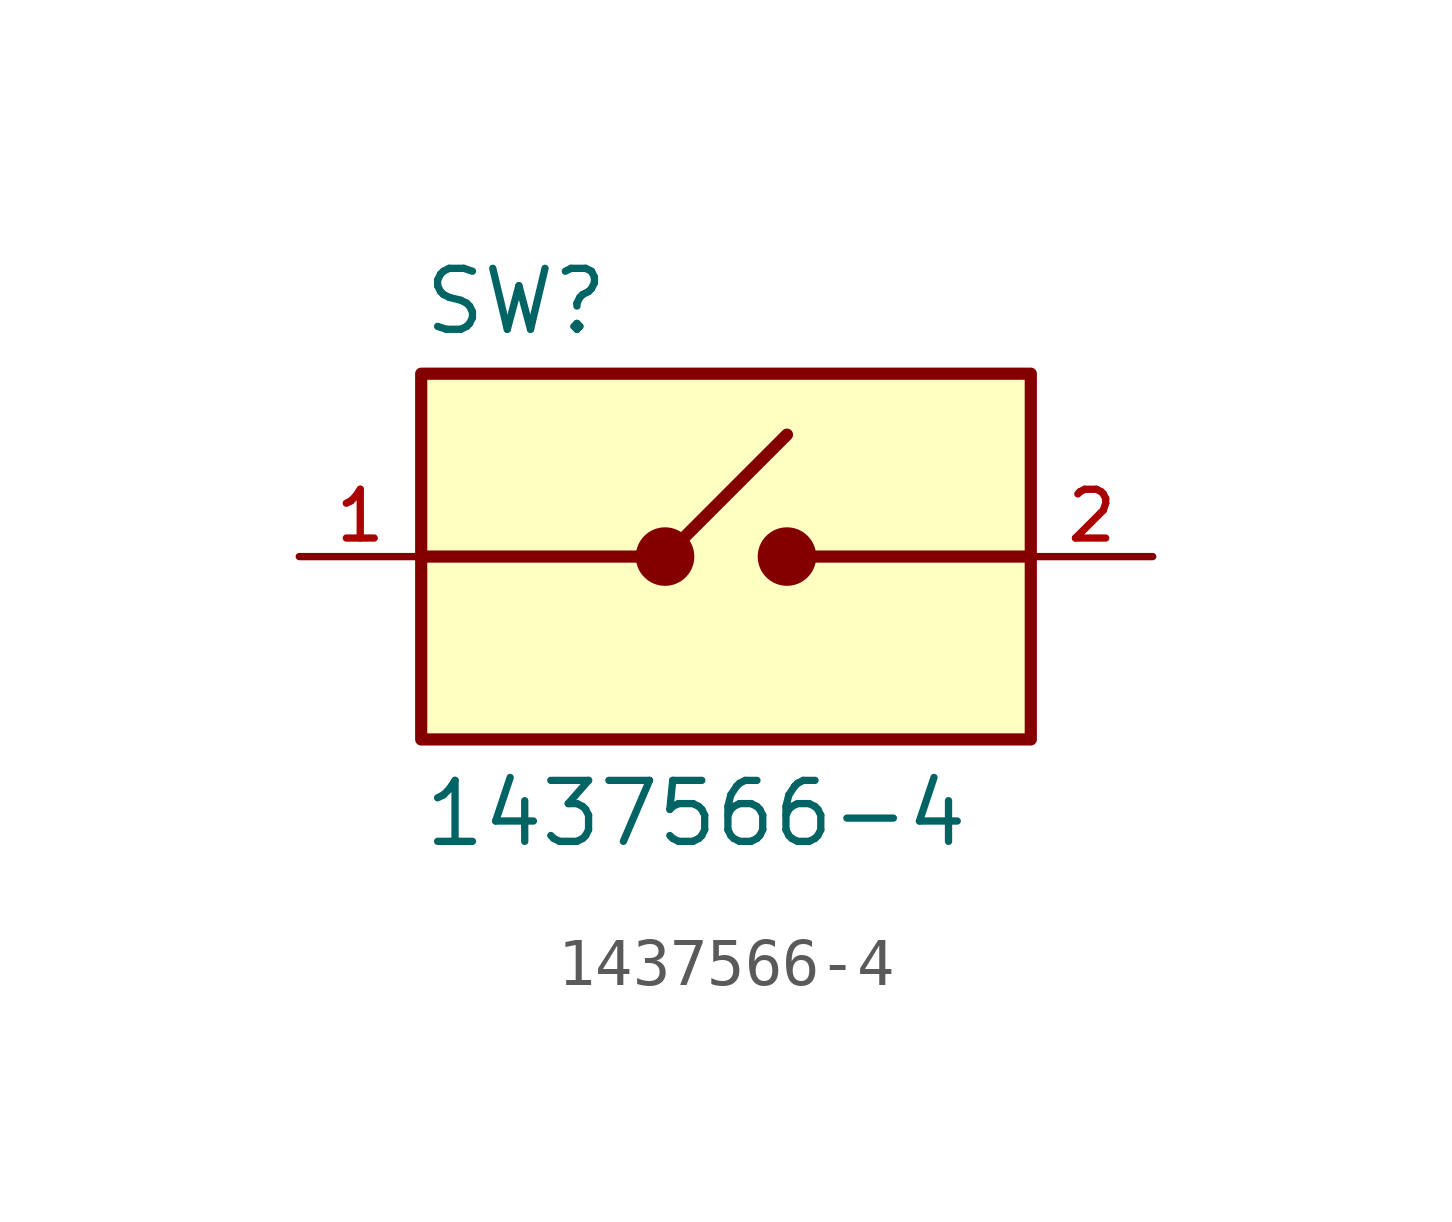
<source format=kicad_sym>
(kicad_symbol_lib
  (version 20211014)
  (generator kicad_symbol_editor)
  (symbol "1437566-4"
    (pin_names
      (offset 1.016) hide)
    (property "Reference" "SW"
      (at -5.08 4.572 0)
      (effects (font (size 1.27 1.27)) (justify left bottom)))
    (property "Value" "1437566-4"
      (at -5.08 -6.096 0)
      (effects (font (size 1.27 1.27)) (justify left bottom)))
    (symbol "1437566-4_0_0"
      (rectangle (start -5.08 -3.81) (end 7.62 3.81) (stroke (width 0.254) (type default) (color 0 0 0 0)) (fill (type background)))
      (polyline (pts (xy -5.08 0) (xy 0 0)) (stroke (width 0.254) (type default) (color 0 0 0 0)) (fill (type none)))
      (polyline (pts (xy 0 0) (xy 2.54 2.54)) (stroke (width 0.254) (type default) (color 0 0 0 0)) (fill (type none)))
      (polyline (pts (xy 7.62 0) (xy 2.54 0)) (stroke (width 0.254) (type default) (color 0 0 0 0)) (fill (type none)))
      (circle (center 0 0) (radius 0.102) (stroke (width 0.508) (type default) (color 0 0 0 0)) (fill (type none)))
      (circle (center 2.54 0) (radius 0.102) (stroke (width 0.508) (type default) (color 0 0 0 0)) (fill (type none)))
      (pin passive line (at -7.62 0 0) (length 2.54) (name "~" (effects (font (size 1.016 1.016)))) (number "1" (effects (font (size 1.016 1.016)))))
      (pin passive line (at 10.16 0 180) (length 2.54) (name "~" (effects (font (size 1.016 1.016)))) (number "2" (effects (font (size 1.016 1.016))))))))
</source>
